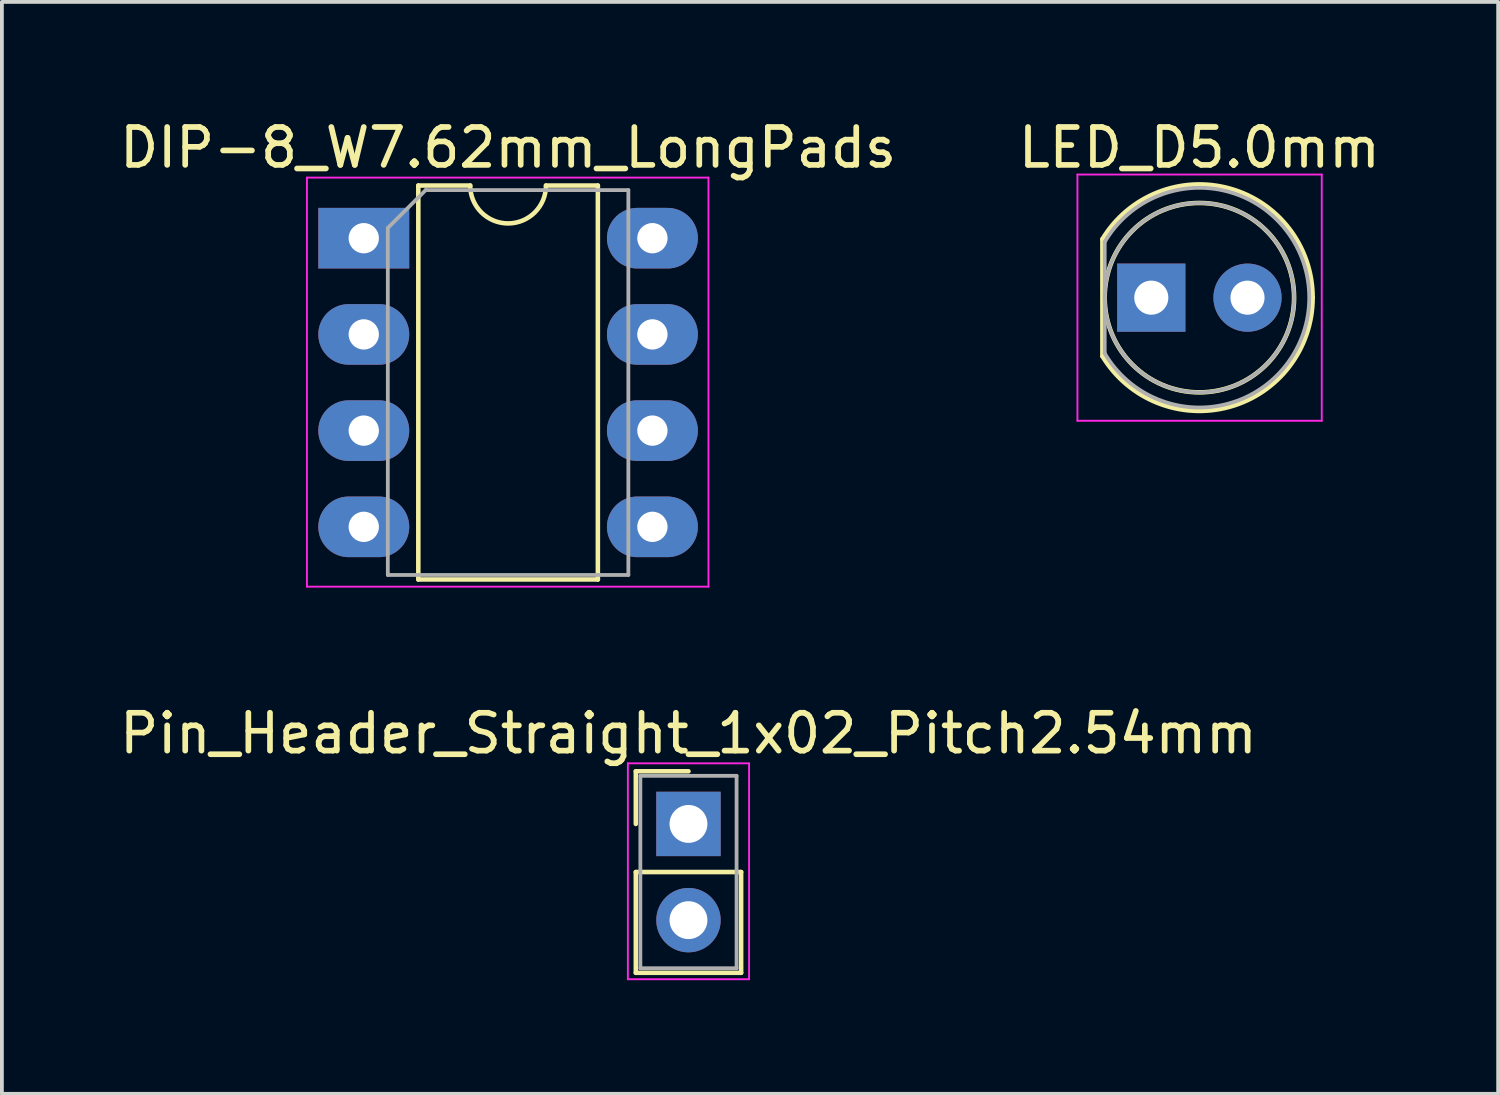
<source format=kicad_pcb>
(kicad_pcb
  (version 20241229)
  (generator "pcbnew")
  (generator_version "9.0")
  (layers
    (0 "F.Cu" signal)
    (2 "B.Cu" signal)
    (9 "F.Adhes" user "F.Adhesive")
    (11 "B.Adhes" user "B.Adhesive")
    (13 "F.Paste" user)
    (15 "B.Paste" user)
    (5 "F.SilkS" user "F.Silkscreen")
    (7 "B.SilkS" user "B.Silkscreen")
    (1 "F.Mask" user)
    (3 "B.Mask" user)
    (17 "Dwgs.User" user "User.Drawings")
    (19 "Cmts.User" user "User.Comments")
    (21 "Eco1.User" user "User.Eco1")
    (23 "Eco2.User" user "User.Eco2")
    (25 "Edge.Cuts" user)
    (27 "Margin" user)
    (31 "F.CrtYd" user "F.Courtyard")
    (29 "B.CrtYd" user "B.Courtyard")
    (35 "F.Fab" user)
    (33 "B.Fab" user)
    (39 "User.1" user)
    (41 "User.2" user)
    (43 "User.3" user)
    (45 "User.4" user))
  (footprint "LED_D5.0mm"
    (layer "F.Cu")
    (at 27.343 4.808)
    (property "Reference" "LED_D5.0mm" (at 1.27 -3.96 0) (layer "F.SilkS") (effects (font (size 1 1) (thickness 0.15))))
    (attr through_hole)
    (fp_line (start -1.29 -1.545) (end -1.29 1.545) (stroke (width 0.12) (type solid)) (layer "F.SilkS"))
    (fp_arc (start -1.29 -1.54483) (mid 2.072002 -2.880433) (end 4.26 0.000462) (stroke (width 0.12) (type solid)) (layer "F.SilkS"))
    (fp_arc (start 4.26 -0.000462) (mid 2.072002 2.880433) (end -1.29 1.54483) (stroke (width 0.12) (type solid)) (layer "F.SilkS"))
    (fp_circle (center 1.27 0) (end 3.77 0) (stroke (width 0.12) (type solid)) (fill no) (layer "F.SilkS"))
    (fp_line (start -1.95 -3.25) (end -1.95 3.25) (stroke (width 0.05) (type solid)) (layer "F.CrtYd"))
    (fp_line (start -1.95 3.25) (end 4.5 3.25) (stroke (width 0.05) (type solid)) (layer "F.CrtYd"))
    (fp_line (start 4.5 -3.25) (end -1.95 -3.25) (stroke (width 0.05) (type solid)) (layer "F.CrtYd"))
    (fp_line (start 4.5 3.25) (end 4.5 -3.25) (stroke (width 0.05) (type solid)) (layer "F.CrtYd"))
    (fp_line (start -1.23 -1.47) (end -1.23 1.47) (stroke (width 0.1) (type solid)) (layer "F.Fab"))
    (fp_arc (start -1.23 -1.469694) (mid 4.17 0.000016) (end -1.230016 1.469666) (stroke (width 0.1) (type solid)) (layer "F.Fab"))
    (fp_circle (center 1.27 0) (end 3.77 0) (stroke (width 0.1) (type solid)) (fill no) (layer "F.Fab"))
    (pad "1" thru_hole rect (at 0 0) (size 1.8 1.8) (drill 0.9) (layers "*.Cu" "*.Mask"))
    (pad "2" thru_hole circle (at 2.54 0) (size 1.8 1.8) (drill 0.9) (layers "*.Cu" "*.Mask")))
  (footprint "Pin_Header_Straight_1x02_Pitch2.54mm"
    (layer "F.Cu")
    (at 15.125 18.701)
    (property "Reference" "Pin_Header_Straight_1x02_Pitch2.54mm" (at 0 -2.39 0) (layer "F.SilkS") (effects (font (size 1 1) (thickness 0.15))))
    (attr through_hole)
    (fp_line (start -1.39 -1.39) (end 0 -1.39) (stroke (width 0.12) (type solid)) (layer "F.SilkS"))
    (fp_line (start -1.39 0) (end -1.39 -1.39) (stroke (width 0.12) (type solid)) (layer "F.SilkS"))
    (fp_line (start -1.39 1.27) (end -1.39 3.93) (stroke (width 0.12) (type solid)) (layer "F.SilkS"))
    (fp_line (start -1.39 3.93) (end 1.39 3.93) (stroke (width 0.12) (type solid)) (layer "F.SilkS"))
    (fp_line (start 1.39 1.27) (end -1.39 1.27) (stroke (width 0.12) (type solid)) (layer "F.SilkS"))
    (fp_line (start 1.39 3.93) (end 1.39 1.27) (stroke (width 0.12) (type solid)) (layer "F.SilkS"))
    (fp_line (start -1.6 -1.6) (end -1.6 4.1) (stroke (width 0.05) (type solid)) (layer "F.CrtYd"))
    (fp_line (start -1.6 4.1) (end 1.6 4.1) (stroke (width 0.05) (type solid)) (layer "F.CrtYd"))
    (fp_line (start 1.6 -1.6) (end -1.6 -1.6) (stroke (width 0.05) (type solid)) (layer "F.CrtYd"))
    (fp_line (start 1.6 4.1) (end 1.6 -1.6) (stroke (width 0.05) (type solid)) (layer "F.CrtYd"))
    (fp_line (start -1.27 -1.27) (end -1.27 3.81) (stroke (width 0.1) (type solid)) (layer "F.Fab"))
    (fp_line (start -1.27 3.81) (end 1.27 3.81) (stroke (width 0.1) (type solid)) (layer "F.Fab"))
    (fp_line (start 1.27 -1.27) (end -1.27 -1.27) (stroke (width 0.1) (type solid)) (layer "F.Fab"))
    (fp_line (start 1.27 3.81) (end 1.27 -1.27) (stroke (width 0.1) (type solid)) (layer "F.Fab"))
    (pad "1" thru_hole rect (at 0 0) (size 1.7 1.7) (drill 1) (layers "*.Cu" "*.Mask"))
    (pad "2" thru_hole oval (at 0 2.54) (size 1.7 1.7) (drill 1) (layers "*.Cu" "*.Mask")))
  (footprint "DIP-8_W7.62mm_LongPads"
    (layer "F.Cu")
    (at 6.553 3.238)
    (property "Reference" "DIP-8_W7.62mm_LongPads" (at 3.81 -2.39 0) (layer "F.SilkS") (effects (font (size 1 1) (thickness 0.15))))
    (attr through_hole)
    (fp_line (start 1.44 -1.39) (end 1.44 9.01) (stroke (width 0.12) (type solid)) (layer "F.SilkS"))
    (fp_line (start 1.44 9.01) (end 6.18 9.01) (stroke (width 0.12) (type solid)) (layer "F.SilkS"))
    (fp_line (start 2.81 -1.39) (end 1.44 -1.39) (stroke (width 0.12) (type solid)) (layer "F.SilkS"))
    (fp_line (start 6.18 -1.39) (end 4.81 -1.39) (stroke (width 0.12) (type solid)) (layer "F.SilkS"))
    (fp_line (start 6.18 9.01) (end 6.18 -1.39) (stroke (width 0.12) (type solid)) (layer "F.SilkS"))
    (fp_arc (start 4.81 -1.39) (mid 3.81 -0.39) (end 2.81 -1.39) (stroke (width 0.12) (type solid)) (layer "F.SilkS"))
    (fp_line (start -1.5 -1.6) (end -1.5 9.2) (stroke (width 0.05) (type solid)) (layer "F.CrtYd"))
    (fp_line (start -1.5 9.2) (end 9.1 9.2) (stroke (width 0.05) (type solid)) (layer "F.CrtYd"))
    (fp_line (start 9.1 -1.6) (end -1.5 -1.6) (stroke (width 0.05) (type solid)) (layer "F.CrtYd"))
    (fp_line (start 9.1 9.2) (end 9.1 -1.6) (stroke (width 0.05) (type solid)) (layer "F.CrtYd"))
    (fp_line (start 0.635 -0.27) (end 1.635 -1.27) (stroke (width 0.1) (type solid)) (layer "F.Fab"))
    (fp_line (start 0.635 8.89) (end 0.635 -0.27) (stroke (width 0.1) (type solid)) (layer "F.Fab"))
    (fp_line (start 1.635 -1.27) (end 6.985 -1.27) (stroke (width 0.1) (type solid)) (layer "F.Fab"))
    (fp_line (start 6.985 -1.27) (end 6.985 8.89) (stroke (width 0.1) (type solid)) (layer "F.Fab"))
    (fp_line (start 6.985 8.89) (end 0.635 8.89) (stroke (width 0.1) (type solid)) (layer "F.Fab"))
    (pad "1" thru_hole rect (at 0 0) (size 2.4 1.6) (drill 0.8) (layers "*.Cu" "*.Mask"))
    (pad "2" thru_hole oval (at 0 2.54) (size 2.4 1.6) (drill 0.8) (layers "*.Cu" "*.Mask"))
    (pad "3" thru_hole oval (at 0 5.08) (size 2.4 1.6) (drill 0.8) (layers "*.Cu" "*.Mask"))
    (pad "4" thru_hole oval (at 0 7.62) (size 2.4 1.6) (drill 0.8) (layers "*.Cu" "*.Mask"))
    (pad "5" thru_hole oval (at 7.62 7.62) (size 2.4 1.6) (drill 0.8) (layers "*.Cu" "*.Mask"))
    (pad "6" thru_hole oval (at 7.62 5.08) (size 2.4 1.6) (drill 0.8) (layers "*.Cu" "*.Mask"))
    (pad "7" thru_hole oval (at 7.62 2.54) (size 2.4 1.6) (drill 0.8) (layers "*.Cu" "*.Mask"))
    (pad "8" thru_hole oval (at 7.62 0) (size 2.4 1.6) (drill 0.8) (layers "*.Cu" "*.Mask")))
  (gr_rect
    (start -3 -3)
    (end 36.5 25.826)
    (stroke (width 0.1) (type default))
    (fill no)
    (layer "Edge.Cuts")))
</source>
